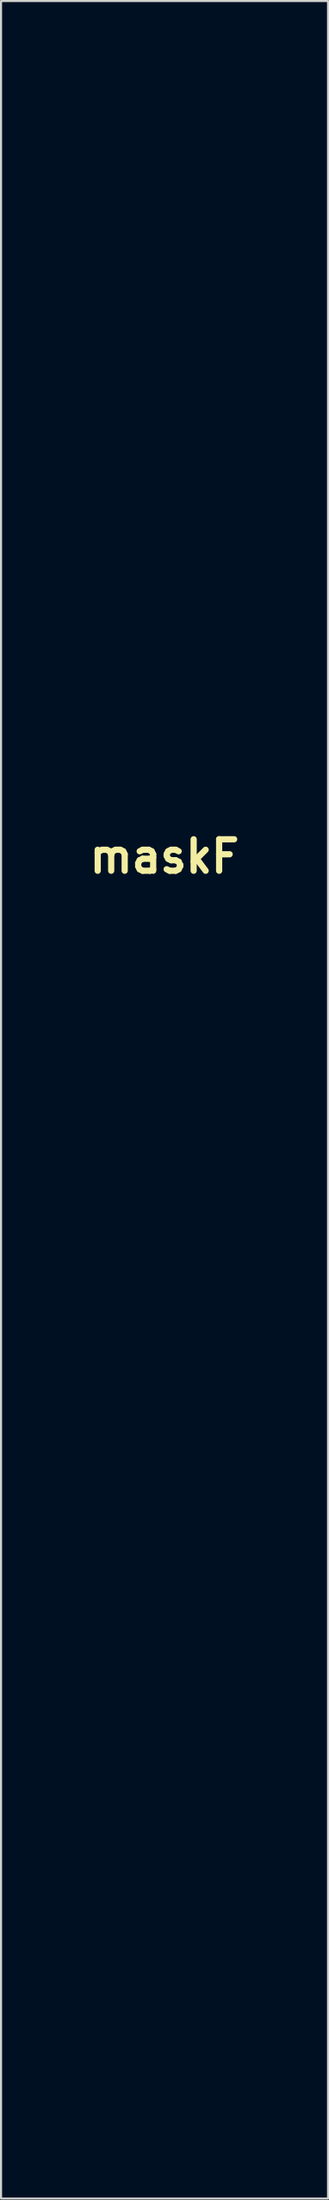
<source format=kicad_pcb>
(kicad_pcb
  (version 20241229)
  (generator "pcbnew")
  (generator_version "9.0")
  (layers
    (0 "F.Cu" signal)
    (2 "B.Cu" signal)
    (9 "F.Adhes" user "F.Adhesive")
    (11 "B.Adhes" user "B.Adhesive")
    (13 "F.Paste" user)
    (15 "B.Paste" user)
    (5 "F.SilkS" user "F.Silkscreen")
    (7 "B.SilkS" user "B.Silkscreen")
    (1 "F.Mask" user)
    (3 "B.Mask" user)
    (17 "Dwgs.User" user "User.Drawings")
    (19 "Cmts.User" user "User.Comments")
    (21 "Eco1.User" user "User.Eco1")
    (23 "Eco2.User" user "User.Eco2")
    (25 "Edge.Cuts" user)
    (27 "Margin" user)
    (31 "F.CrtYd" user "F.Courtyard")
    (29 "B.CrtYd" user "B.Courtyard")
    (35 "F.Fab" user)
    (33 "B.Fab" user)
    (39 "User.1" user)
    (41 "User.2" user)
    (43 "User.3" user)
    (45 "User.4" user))
  (footprint "maskF"
    (layer "F.Cu")
    (at 4.909 38.404)
    (property "Reference" "maskF" (at 0 0 0) (layer "F.SilkS") (effects (font (size 1.524 1.524) (thickness 0.3))))
    (attr through_hole)
    (fp_poly (pts (xy 2.427 58.991) (xy 2.452 58.998) (xy 2.457 59.001) (xy 2.484 59.019) (xy 2.505 59.042) (xy 2.52 59.068) (xy 2.528 59.097) (xy 2.53 59.126) (xy 2.524 59.155) (xy 2.512 59.182) (xy 2.492 59.207) (xy 2.478 59.218) (xy 2.462 59.229) (xy 2.454 59.233) (xy 2.433 59.24) (xy 2.41 59.243) (xy 2.388 59.244) (xy 2.373 59.242) (xy 2.346 59.231) (xy 2.321 59.214) (xy 2.3 59.192) (xy 2.284 59.167) (xy 2.279 59.153) (xy 2.274 59.121) (xy 2.277 59.09) (xy 2.287 59.061) (xy 2.304 59.035) (xy 2.327 59.012) (xy 2.349 58.999) (xy 2.372 58.992) (xy 2.399 58.989) (xy 2.427 58.991)) (stroke (width 0.01) (type solid)) (fill yes) (layer "F.Mask"))
    (fp_poly (pts (xy 2.956 58.991) (xy 2.981 58.998) (xy 2.987 59.001) (xy 3.014 59.019) (xy 3.035 59.042) (xy 3.049 59.068) (xy 3.057 59.097) (xy 3.059 59.126) (xy 3.053 59.155) (xy 3.041 59.182) (xy 3.021 59.207) (xy 3.007 59.218) (xy 2.991 59.229) (xy 2.983 59.233) (xy 2.962 59.24) (xy 2.939 59.243) (xy 2.917 59.244) (xy 2.902 59.242) (xy 2.874 59.23) (xy 2.849 59.213) (xy 2.828 59.19) (xy 2.813 59.164) (xy 2.809 59.154) (xy 2.803 59.123) (xy 2.806 59.092) (xy 2.815 59.063) (xy 2.831 59.037) (xy 2.854 59.014) (xy 2.878 58.999) (xy 2.901 58.992) (xy 2.928 58.989) (xy 2.956 58.991)) (stroke (width 0.01) (type solid)) (fill yes) (layer "F.Mask"))
    (fp_poly (pts (xy 0.905 -37.329) (xy 0.93 -37.329) (xy 0.95 -37.327) (xy 0.964 -37.325) (xy 0.975 -37.322) (xy 0.983 -37.317) (xy 0.991 -37.31) (xy 0.996 -37.306) (xy 1.004 -37.294) (xy 1.011 -37.283) (xy 1.011 -37.282) (xy 1.012 -37.277) (xy 1.013 -37.265) (xy 1.013 -37.246) (xy 1.014 -37.22) (xy 1.014 -37.187) (xy 1.015 -37.146) (xy 1.015 -37.099) (xy 1.015 -37.043) (xy 1.015 -36.98) (xy 1.016 -36.909) (xy 1.016 -36.83) (xy 1.016 -36.744) (xy 1.016 -36.649) (xy 1.016 -36.545) (xy 1.016 -36.512) (xy 1.016 -36.416) (xy 1.016 -36.328) (xy 1.016 -36.248) (xy 1.016 -36.175) (xy 1.016 -36.11) (xy 1.016 -36.051) (xy 1.015 -35.998) (xy 1.015 -35.952) (xy 1.015 -35.911) (xy 1.015 -35.875) (xy 1.014 -35.845) (xy 1.014 -35.819) (xy 1.014 -35.798) (xy 1.013 -35.78) (xy 1.013 -35.767) (xy 1.012 -35.756) (xy 1.012 -35.749) (xy 1.011 -35.744) (xy 1.01 -35.741) (xy 1 -35.724) (xy 0.984 -35.709) (xy 0.968 -35.7) (xy 0.959 -35.698) (xy 0.942 -35.697) (xy 0.921 -35.696) (xy 0.897 -35.695) (xy 0.872 -35.695) (xy 0.846 -35.696) (xy 0.823 -35.697) (xy 0.803 -35.698) (xy 0.788 -35.7) (xy 0.781 -35.702) (xy 0.765 -35.711) (xy 0.754 -35.722) (xy 0.746 -35.734) (xy 0.737 -35.748) (xy 0.737 -36.355) (xy 0.737 -36.426) (xy 0.737 -36.494) (xy 0.736 -36.56) (xy 0.736 -36.623) (xy 0.736 -36.681) (xy 0.736 -36.736) (xy 0.736 -36.785) (xy 0.736 -36.83) (xy 0.736 -36.869) (xy 0.735 -36.901) (xy 0.735 -36.927) (xy 0.735 -36.946) (xy 0.735 -36.958) (xy 0.735 -36.961) (xy 0.731 -36.959) (xy 0.721 -36.952) (xy 0.708 -36.942) (xy 0.691 -36.93) (xy 0.685 -36.924) (xy 0.661 -36.907) (xy 0.643 -36.893) (xy 0.629 -36.884) (xy 0.618 -36.878) (xy 0.609 -36.874) (xy 0.6 -36.873) (xy 0.591 -36.873) (xy 0.584 -36.873) (xy 0.559 -36.879) (xy 0.539 -36.891) (xy 0.524 -36.91) (xy 0.52 -36.918) (xy 0.517 -36.925) (xy 0.515 -36.932) (xy 0.514 -36.941) (xy 0.513 -36.954) (xy 0.513 -36.971) (xy 0.513 -36.993) (xy 0.513 -37.023) (xy 0.513 -37.024) (xy 0.514 -37.054) (xy 0.514 -37.077) (xy 0.515 -37.093) (xy 0.516 -37.105) (xy 0.518 -37.114) (xy 0.52 -37.12) (xy 0.523 -37.126) (xy 0.528 -37.131) (xy 0.539 -37.141) (xy 0.555 -37.155) (xy 0.575 -37.171) (xy 0.598 -37.19) (xy 0.623 -37.209) (xy 0.648 -37.23) (xy 0.674 -37.25) (xy 0.699 -37.269) (xy 0.722 -37.286) (xy 0.742 -37.301) (xy 0.759 -37.312) (xy 0.771 -37.32) (xy 0.774 -37.322) (xy 0.781 -37.325) (xy 0.789 -37.327) (xy 0.801 -37.328) (xy 0.816 -37.329) (xy 0.838 -37.329) (xy 0.866 -37.329) (xy 0.873 -37.329) (xy 0.905 -37.329)) (stroke (width 0.01) (type solid)) (fill yes) (layer "F.Mask"))
    (fp_poly (pts (xy -0.769 -37.316) (xy -0.716 -37.316) (xy -0.656 -37.316) (xy -0.653 -37.316) (xy -0.595 -37.316) (xy -0.544 -37.315) (xy -0.5 -37.315) (xy -0.464 -37.315) (xy -0.433 -37.315) (xy -0.408 -37.314) (xy -0.388 -37.314) (xy -0.372 -37.313) (xy -0.359 -37.313) (xy -0.35 -37.312) (xy -0.344 -37.311) (xy -0.339 -37.31) (xy -0.336 -37.309) (xy -0.333 -37.307) (xy -0.332 -37.306) (xy -0.319 -37.295) (xy -0.31 -37.283) (xy -0.305 -37.269) (xy -0.302 -37.25) (xy -0.301 -37.236) (xy -0.302 -37.207) (xy -0.306 -37.185) (xy -0.314 -37.169) (xy -0.328 -37.157) (xy -0.336 -37.152) (xy -0.34 -37.15) (xy -0.344 -37.149) (xy -0.35 -37.147) (xy -0.357 -37.146) (xy -0.366 -37.145) (xy -0.379 -37.145) (xy -0.395 -37.144) (xy -0.416 -37.144) (xy -0.442 -37.144) (xy -0.473 -37.143) (xy -0.512 -37.143) (xy -0.557 -37.143) (xy -0.596 -37.143) (xy -0.838 -37.143) (xy -0.838 -36.623) (xy -0.624 -36.623) (xy -0.574 -36.623) (xy -0.531 -36.622) (xy -0.495 -36.622) (xy -0.466 -36.622) (xy -0.442 -36.621) (xy -0.424 -36.62) (xy -0.409 -36.618) (xy -0.398 -36.616) (xy -0.39 -36.614) (xy -0.384 -36.61) (xy -0.38 -36.606) (xy -0.376 -36.601) (xy -0.372 -36.595) (xy -0.372 -36.594) (xy -0.367 -36.585) (xy -0.364 -36.575) (xy -0.362 -36.563) (xy -0.362 -36.545) (xy -0.362 -36.538) (xy -0.363 -36.512) (xy -0.367 -36.492) (xy -0.374 -36.477) (xy -0.385 -36.466) (xy -0.394 -36.46) (xy -0.397 -36.458) (xy -0.401 -36.456) (xy -0.407 -36.455) (xy -0.414 -36.454) (xy -0.424 -36.453) (xy -0.437 -36.452) (xy -0.454 -36.452) (xy -0.477 -36.451) (xy -0.505 -36.451) (xy -0.539 -36.45) (xy -0.58 -36.45) (xy -0.623 -36.45) (xy -0.838 -36.449) (xy -0.838 -36.103) (xy -0.838 -36.04) (xy -0.838 -35.986) (xy -0.838 -35.939) (xy -0.838 -35.899) (xy -0.839 -35.865) (xy -0.839 -35.836) (xy -0.839 -35.813) (xy -0.84 -35.794) (xy -0.84 -35.779) (xy -0.841 -35.768) (xy -0.842 -35.759) (xy -0.842 -35.753) (xy -0.844 -35.748) (xy -0.845 -35.745) (xy -0.846 -35.742) (xy -0.856 -35.728) (xy -0.869 -35.718) (xy -0.887 -35.713) (xy -0.912 -35.71) (xy -0.918 -35.709) (xy -0.945 -35.71) (xy -0.965 -35.712) (xy -0.971 -35.714) (xy -0.986 -35.721) (xy -0.996 -35.728) (xy -1.003 -35.74) (xy -1.005 -35.744) (xy -1.006 -35.746) (xy -1.007 -35.75) (xy -1.007 -35.755) (xy -1.008 -35.762) (xy -1.009 -35.772) (xy -1.009 -35.784) (xy -1.01 -35.799) (xy -1.01 -35.818) (xy -1.01 -35.84) (xy -1.011 -35.867) (xy -1.011 -35.898) (xy -1.011 -35.934) (xy -1.011 -35.975) (xy -1.011 -36.022) (xy -1.012 -36.075) (xy -1.012 -36.134) (xy -1.012 -36.2) (xy -1.012 -36.273) (xy -1.012 -36.353) (xy -1.012 -36.441) (xy -1.012 -36.516) (xy -1.012 -37.273) (xy -1.002 -37.288) (xy -0.999 -37.293) (xy -0.995 -37.298) (xy -0.992 -37.302) (xy -0.988 -37.305) (xy -0.982 -37.308) (xy -0.974 -37.31) (xy -0.964 -37.312) (xy -0.95 -37.314) (xy -0.933 -37.315) (xy -0.911 -37.316) (xy -0.884 -37.316) (xy -0.852 -37.316) (xy -0.814 -37.316) (xy -0.769 -37.316)) (stroke (width 0.01) (type solid)) (fill yes) (layer "F.Mask"))
    (fp_poly (pts (xy -0.446 59.47) (xy -0.425 59.471) (xy -0.409 59.473) (xy -0.398 59.477) (xy -0.389 59.482) (xy -0.383 59.49) (xy -0.379 59.495) (xy -0.379 59.497) (xy -0.378 59.5) (xy -0.378 59.504) (xy -0.377 59.509) (xy -0.376 59.517) (xy -0.376 59.526) (xy -0.376 59.538) (xy -0.375 59.553) (xy -0.375 59.571) (xy -0.374 59.593) (xy -0.374 59.618) (xy -0.374 59.646) (xy -0.374 59.68) (xy -0.373 59.717) (xy -0.373 59.76) (xy -0.373 59.807) (xy -0.373 59.86) (xy -0.373 59.919) (xy -0.373 59.983) (xy -0.373 60.054) (xy -0.373 60.131) (xy -0.373 60.215) (xy -0.373 60.307) (xy -0.373 60.405) (xy -0.373 60.512) (xy -0.373 60.626) (xy -0.373 60.698) (xy -0.373 60.817) (xy -0.373 60.928) (xy -0.373 61.03) (xy -0.373 61.126) (xy -0.373 61.213) (xy -0.373 61.294) (xy -0.373 61.369) (xy -0.373 61.436) (xy -0.373 61.498) (xy -0.373 61.554) (xy -0.373 61.604) (xy -0.373 61.649) (xy -0.373 61.69) (xy -0.374 61.725) (xy -0.374 61.756) (xy -0.374 61.784) (xy -0.374 61.807) (xy -0.375 61.827) (xy -0.375 61.844) (xy -0.375 61.858) (xy -0.376 61.869) (xy -0.376 61.878) (xy -0.377 61.885) (xy -0.377 61.891) (xy -0.378 61.895) (xy -0.379 61.898) (xy -0.379 61.9) (xy -0.38 61.902) (xy -0.381 61.903) (xy -0.388 61.913) (xy -0.398 61.92) (xy -0.41 61.925) (xy -0.428 61.928) (xy -0.451 61.929) (xy -0.474 61.929) (xy -0.503 61.929) (xy -0.524 61.927) (xy -0.54 61.924) (xy -0.552 61.919) (xy -0.561 61.912) (xy -0.567 61.906) (xy -0.576 61.894) (xy -0.576 60.786) (xy -1.211 60.786) (xy -1.211 61.335) (xy -1.211 61.416) (xy -1.211 61.489) (xy -1.211 61.554) (xy -1.211 61.612) (xy -1.211 61.663) (xy -1.211 61.708) (xy -1.211 61.747) (xy -1.212 61.781) (xy -1.212 61.81) (xy -1.213 61.834) (xy -1.214 61.853) (xy -1.215 61.87) (xy -1.216 61.883) (xy -1.217 61.893) (xy -1.219 61.9) (xy -1.221 61.906) (xy -1.223 61.91) (xy -1.225 61.913) (xy -1.228 61.915) (xy -1.231 61.917) (xy -1.235 61.919) (xy -1.235 61.92) (xy -1.241 61.923) (xy -1.249 61.925) (xy -1.26 61.926) (xy -1.277 61.927) (xy -1.299 61.928) (xy -1.308 61.928) (xy -1.331 61.928) (xy -1.351 61.928) (xy -1.367 61.928) (xy -1.377 61.927) (xy -1.379 61.927) (xy -1.391 61.921) (xy -1.403 61.91) (xy -1.412 61.896) (xy -1.415 61.887) (xy -1.416 61.882) (xy -1.416 61.868) (xy -1.416 61.847) (xy -1.416 61.818) (xy -1.417 61.782) (xy -1.417 61.74) (xy -1.417 61.691) (xy -1.417 61.636) (xy -1.417 61.576) (xy -1.417 61.51) (xy -1.417 61.438) (xy -1.418 61.363) (xy -1.418 61.283) (xy -1.418 61.199) (xy -1.418 61.111) (xy -1.418 61.02) (xy -1.418 60.926) (xy -1.418 60.83) (xy -1.418 60.731) (xy -1.418 60.696) (xy -1.418 60.571) (xy -1.418 60.455) (xy -1.418 60.346) (xy -1.418 60.246) (xy -1.418 60.153) (xy -1.417 60.067) (xy -1.417 59.988) (xy -1.417 59.917) (xy -1.417 59.851) (xy -1.417 59.793) (xy -1.417 59.74) (xy -1.416 59.693) (xy -1.416 59.653) (xy -1.416 59.617) (xy -1.415 59.587) (xy -1.415 59.562) (xy -1.415 59.542) (xy -1.414 59.526) (xy -1.414 59.514) (xy -1.413 59.507) (xy -1.413 59.504) (xy -1.405 59.491) (xy -1.393 59.479) (xy -1.393 59.479) (xy -1.387 59.476) (xy -1.381 59.473) (xy -1.374 59.471) (xy -1.363 59.47) (xy -1.348 59.47) (xy -1.328 59.47) (xy -1.31 59.471) (xy -1.284 59.471) (xy -1.265 59.472) (xy -1.252 59.473) (xy -1.243 59.475) (xy -1.237 59.477) (xy -1.232 59.48) (xy -1.232 59.48) (xy -1.229 59.483) (xy -1.226 59.486) (xy -1.224 59.488) (xy -1.221 59.492) (xy -1.22 59.496) (xy -1.218 59.502) (xy -1.216 59.511) (xy -1.215 59.521) (xy -1.214 59.535) (xy -1.213 59.552) (xy -1.213 59.573) (xy -1.212 59.598) (xy -1.212 59.627) (xy -1.211 59.662) (xy -1.211 59.702) (xy -1.211 59.749) (xy -1.211 59.801) (xy -1.211 59.861) (xy -1.211 59.928) (xy -1.211 60.002) (xy -1.211 60.056) (xy -1.211 60.596) (xy -0.576 60.596) (xy -0.576 60.051) (xy -0.576 59.969) (xy -0.575 59.895) (xy -0.575 59.829) (xy -0.575 59.77) (xy -0.575 59.718) (xy -0.575 59.672) (xy -0.575 59.633) (xy -0.574 59.599) (xy -0.574 59.571) (xy -0.573 59.549) (xy -0.573 59.53) (xy -0.572 59.516) (xy -0.572 59.506) (xy -0.571 59.5) (xy -0.57 59.496) (xy -0.57 59.496) (xy -0.563 59.487) (xy -0.552 59.478) (xy -0.552 59.478) (xy -0.546 59.475) (xy -0.539 59.473) (xy -0.53 59.471) (xy -0.516 59.47) (xy -0.496 59.47) (xy -0.475 59.47) (xy -0.446 59.47)) (stroke (width 0.01) (type solid)) (fill yes) (layer "F.Mask"))
    (fp_poly (pts (xy 2.702 59.47) (xy 2.729 59.47) (xy 2.75 59.471) (xy 2.765 59.472) (xy 2.776 59.475) (xy 2.785 59.478) (xy 2.791 59.482) (xy 2.796 59.487) (xy 2.799 59.492) (xy 2.801 59.495) (xy 2.803 59.502) (xy 2.806 59.514) (xy 2.81 59.53) (xy 2.814 59.551) (xy 2.82 59.577) (xy 2.827 59.608) (xy 2.835 59.645) (xy 2.844 59.687) (xy 2.854 59.735) (xy 2.866 59.789) (xy 2.879 59.849) (xy 2.893 59.916) (xy 2.908 59.989) (xy 2.925 60.069) (xy 2.943 60.157) (xy 2.963 60.251) (xy 2.984 60.353) (xy 3.007 60.463) (xy 3.031 60.581) (xy 3.053 60.685) (xy 3.073 60.784) (xy 3.093 60.88) (xy 3.113 60.974) (xy 3.131 61.066) (xy 3.15 61.154) (xy 3.167 61.239) (xy 3.184 61.32) (xy 3.2 61.397) (xy 3.215 61.469) (xy 3.228 61.537) (xy 3.241 61.6) (xy 3.253 61.657) (xy 3.264 61.709) (xy 3.273 61.754) (xy 3.281 61.793) (xy 3.287 61.826) (xy 3.292 61.851) (xy 3.296 61.869) (xy 3.297 61.879) (xy 3.298 61.881) (xy 3.294 61.897) (xy 3.284 61.911) (xy 3.269 61.922) (xy 3.26 61.925) (xy 3.25 61.927) (xy 3.234 61.928) (xy 3.213 61.929) (xy 3.192 61.929) (xy 3.164 61.929) (xy 3.143 61.927) (xy 3.127 61.923) (xy 3.115 61.917) (xy 3.106 61.908) (xy 3.102 61.904) (xy 3.1 61.898) (xy 3.096 61.884) (xy 3.09 61.862) (xy 3.084 61.833) (xy 3.075 61.795) (xy 3.065 61.75) (xy 3.054 61.697) (xy 3.041 61.635) (xy 3.032 61.594) (xy 2.97 61.294) (xy 2.362 61.294) (xy 2.36 61.304) (xy 2.359 61.31) (xy 2.356 61.323) (xy 2.352 61.343) (xy 2.347 61.369) (xy 2.34 61.401) (xy 2.333 61.438) (xy 2.324 61.478) (xy 2.315 61.522) (xy 2.306 61.569) (xy 2.301 61.595) (xy 2.291 61.643) (xy 2.281 61.689) (xy 2.272 61.732) (xy 2.264 61.772) (xy 2.257 61.807) (xy 2.25 61.838) (xy 2.245 61.862) (xy 2.24 61.881) (xy 2.238 61.892) (xy 2.237 61.894) (xy 2.232 61.906) (xy 2.226 61.915) (xy 2.217 61.921) (xy 2.205 61.924) (xy 2.188 61.927) (xy 2.164 61.928) (xy 2.146 61.928) (xy 2.123 61.928) (xy 2.102 61.928) (xy 2.085 61.927) (xy 2.074 61.926) (xy 2.072 61.925) (xy 2.055 61.916) (xy 2.043 61.901) (xy 2.038 61.884) (xy 2.038 61.879) (xy 2.041 61.865) (xy 2.045 61.844) (xy 2.05 61.816) (xy 2.057 61.781) (xy 2.065 61.74) (xy 2.074 61.693) (xy 2.085 61.64) (xy 2.096 61.583) (xy 2.109 61.521) (xy 2.123 61.455) (xy 2.137 61.384) (xy 2.152 61.311) (xy 2.168 61.234) (xy 2.184 61.155) (xy 2.196 61.098) (xy 2.402 61.098) (xy 2.403 61.099) (xy 2.406 61.1) (xy 2.411 61.101) (xy 2.42 61.102) (xy 2.432 61.103) (xy 2.448 61.103) (xy 2.469 61.103) (xy 2.495 61.104) (xy 2.528 61.104) (xy 2.567 61.104) (xy 2.613 61.104) (xy 2.667 61.104) (xy 2.723 61.104) (xy 2.772 61.104) (xy 2.812 61.104) (xy 2.846 61.103) (xy 2.874 61.103) (xy 2.895 61.103) (xy 2.911 61.102) (xy 2.922 61.101) (xy 2.929 61.1) (xy 2.933 61.099) (xy 2.933 61.099) (xy 2.932 61.094) (xy 2.929 61.081) (xy 2.925 61.062) (xy 2.919 61.035) (xy 2.912 61.001) (xy 2.904 60.962) (xy 2.895 60.917) (xy 2.885 60.867) (xy 2.873 60.812) (xy 2.861 60.753) (xy 2.848 60.691) (xy 2.835 60.624) (xy 2.821 60.556) (xy 2.806 60.484) (xy 2.8 60.455) (xy 2.784 60.374) (xy 2.768 60.298) (xy 2.753 60.226) (xy 2.739 60.159) (xy 2.726 60.097) (xy 2.714 60.04) (xy 2.703 59.99) (xy 2.694 59.945) (xy 2.686 59.907) (xy 2.679 59.876) (xy 2.673 59.852) (xy 2.669 59.835) (xy 2.667 59.826) (xy 2.666 59.824) (xy 2.665 59.829) (xy 2.662 59.842) (xy 2.658 59.862) (xy 2.652 59.889) (xy 2.645 59.923) (xy 2.637 59.962) (xy 2.627 60.007) (xy 2.617 60.058) (xy 2.606 60.112) (xy 2.593 60.171) (xy 2.58 60.234) (xy 2.567 60.3) (xy 2.553 60.369) (xy 2.538 60.44) (xy 2.534 60.46) (xy 2.519 60.532) (xy 2.505 60.602) (xy 2.491 60.668) (xy 2.478 60.732) (xy 2.465 60.792) (xy 2.454 60.848) (xy 2.443 60.9) (xy 2.433 60.946) (xy 2.425 60.987) (xy 2.418 61.023) (xy 2.412 61.052) (xy 2.407 61.074) (xy 2.404 61.089) (xy 2.402 61.096) (xy 2.402 61.097) (xy 2.402 61.098) (xy 2.196 61.098) (xy 2.201 61.074) (xy 2.218 60.99) (xy 2.235 60.906) (xy 2.253 60.82) (xy 2.271 60.734) (xy 2.289 60.647) (xy 2.307 60.561) (xy 2.325 60.475) (xy 2.342 60.39) (xy 2.36 60.307) (xy 2.377 60.225) (xy 2.394 60.146) (xy 2.41 60.069) (xy 2.425 59.995) (xy 2.44 59.925) (xy 2.454 59.858) (xy 2.468 59.796) (xy 2.48 59.738) (xy 2.491 59.686) (xy 2.501 59.639) (xy 2.51 59.597) (xy 2.518 59.562) (xy 2.525 59.533) (xy 2.53 59.512) (xy 2.533 59.498) (xy 2.535 59.491) (xy 2.535 59.491) (xy 2.54 59.485) (xy 2.545 59.48) (xy 2.552 59.476) (xy 2.562 59.474) (xy 2.575 59.472) (xy 2.592 59.471) (xy 2.616 59.47) (xy 2.646 59.47) (xy 2.667 59.47) (xy 2.702 59.47)) (stroke (width 0.01) (type solid)) (fill yes) (layer "F.Mask"))
    (fp_poly (pts (xy -2.577 59.456) (xy -2.511 59.468) (xy -2.451 59.487) (xy -2.396 59.512) (xy -2.346 59.543) (xy -2.301 59.581) (xy -2.296 59.586) (xy -2.27 59.615) (xy -2.247 59.646) (xy -2.226 59.68) (xy -2.21 59.713) (xy -2.191 59.756) (xy -2.176 59.799) (xy -2.163 59.846) (xy -2.153 59.896) (xy -2.145 59.951) (xy -2.14 60.011) (xy -2.136 60.079) (xy -2.135 60.097) (xy -2.134 60.133) (xy -2.134 60.162) (xy -2.136 60.185) (xy -2.14 60.201) (xy -2.147 60.213) (xy -2.158 60.221) (xy -2.174 60.225) (xy -2.195 60.227) (xy -2.222 60.228) (xy -2.24 60.228) (xy -2.308 60.228) (xy -2.322 60.214) (xy -2.336 60.2) (xy -2.338 60.122) (xy -2.341 60.06) (xy -2.345 60.007) (xy -2.35 59.959) (xy -2.356 59.918) (xy -2.363 59.881) (xy -2.372 59.849) (xy -2.382 59.819) (xy -2.393 59.794) (xy -2.412 59.76) (xy -2.434 59.732) (xy -2.46 59.707) (xy -2.476 59.694) (xy -2.503 59.676) (xy -2.533 59.662) (xy -2.567 59.652) (xy -2.606 59.646) (xy -2.651 59.643) (xy -2.675 59.642) (xy -2.717 59.643) (xy -2.752 59.647) (xy -2.783 59.653) (xy -2.812 59.661) (xy -2.839 59.673) (xy -2.874 59.695) (xy -2.906 59.723) (xy -2.933 59.757) (xy -2.955 59.799) (xy -2.974 59.848) (xy -2.988 59.904) (xy -2.994 59.936) (xy -2.997 59.95) (xy -2.999 59.964) (xy -3.001 59.979) (xy -3.002 59.994) (xy -3.004 60.011) (xy -3.005 60.029) (xy -3.007 60.05) (xy -3.008 60.073) (xy -3.009 60.098) (xy -3.009 60.128) (xy -3.01 60.161) (xy -3.01 60.199) (xy -3.011 60.241) (xy -3.011 60.289) (xy -3.012 60.342) (xy -3.012 60.402) (xy -3.012 60.468) (xy -3.012 60.542) (xy -3.012 60.622) (xy -3.012 60.711) (xy -3.012 60.719) (xy -3.012 60.806) (xy -3.012 60.885) (xy -3.012 60.956) (xy -3.012 61.021) (xy -3.012 61.078) (xy -3.011 61.13) (xy -3.011 61.176) (xy -3.011 61.216) (xy -3.01 61.252) (xy -3.01 61.284) (xy -3.009 61.312) (xy -3.008 61.336) (xy -3.007 61.357) (xy -3.006 61.376) (xy -3.005 61.393) (xy -3.004 61.408) (xy -3.002 61.422) (xy -3 61.436) (xy -2.998 61.449) (xy -2.996 61.463) (xy -2.995 61.472) (xy -2.982 61.53) (xy -2.966 61.58) (xy -2.946 61.624) (xy -2.922 61.661) (xy -2.893 61.691) (xy -2.859 61.716) (xy -2.82 61.735) (xy -2.786 61.746) (xy -2.773 61.749) (xy -2.759 61.751) (xy -2.741 61.753) (xy -2.718 61.753) (xy -2.69 61.754) (xy -2.678 61.754) (xy -2.648 61.754) (xy -2.626 61.753) (xy -2.608 61.752) (xy -2.594 61.751) (xy -2.582 61.749) (xy -2.569 61.746) (xy -2.563 61.744) (xy -2.517 61.727) (xy -2.478 61.704) (xy -2.443 61.675) (xy -2.415 61.64) (xy -2.392 61.598) (xy -2.392 61.598) (xy -2.38 61.57) (xy -2.371 61.54) (xy -2.362 61.507) (xy -2.356 61.471) (xy -2.35 61.43) (xy -2.345 61.383) (xy -2.342 61.33) (xy -2.339 61.27) (xy -2.337 61.244) (xy -2.336 61.225) (xy -2.335 61.211) (xy -2.333 61.202) (xy -2.33 61.195) (xy -2.327 61.19) (xy -2.327 61.19) (xy -2.319 61.182) (xy -2.309 61.175) (xy -2.295 61.171) (xy -2.277 61.169) (xy -2.253 61.168) (xy -2.235 61.167) (xy -2.203 61.168) (xy -2.179 61.171) (xy -2.161 61.176) (xy -2.148 61.184) (xy -2.14 61.197) (xy -2.136 61.215) (xy -2.134 61.239) (xy -2.134 61.254) (xy -2.135 61.326) (xy -2.139 61.394) (xy -2.146 61.458) (xy -2.155 61.516) (xy -2.166 61.567) (xy -2.176 61.599) (xy -2.195 61.652) (xy -2.215 61.698) (xy -2.238 61.738) (xy -2.263 61.773) (xy -2.292 61.806) (xy -2.304 61.818) (xy -2.35 61.857) (xy -2.398 61.888) (xy -2.45 61.913) (xy -2.507 61.931) (xy -2.55 61.94) (xy -2.568 61.942) (xy -2.592 61.944) (xy -2.62 61.946) (xy -2.649 61.948) (xy -2.678 61.949) (xy -2.704 61.949) (xy -2.724 61.949) (xy -2.733 61.948) (xy -2.785 61.942) (xy -2.828 61.935) (xy -2.861 61.927) (xy -2.892 61.916) (xy -2.925 61.902) (xy -2.959 61.884) (xy -2.989 61.867) (xy -2.999 61.86) (xy -3.018 61.844) (xy -3.04 61.824) (xy -3.063 61.802) (xy -3.084 61.778) (xy -3.101 61.757) (xy -3.109 61.746) (xy -3.134 61.701) (xy -3.157 61.648) (xy -3.176 61.588) (xy -3.191 61.522) (xy -3.203 61.449) (xy -3.209 61.388) (xy -3.21 61.374) (xy -3.211 61.352) (xy -3.211 61.324) (xy -3.212 61.288) (xy -3.213 61.247) (xy -3.213 61.201) (xy -3.214 61.15) (xy -3.214 61.094) (xy -3.215 61.036) (xy -3.215 60.974) (xy -3.216 60.911) (xy -3.216 60.846) (xy -3.216 60.78) (xy -3.216 60.714) (xy -3.216 60.648) (xy -3.217 60.583) (xy -3.217 60.52) (xy -3.216 60.459) (xy -3.216 60.402) (xy -3.216 60.347) (xy -3.216 60.297) (xy -3.215 60.252) (xy -3.215 60.212) (xy -3.214 60.179) (xy -3.214 60.152) (xy -3.214 60.147) (xy -3.212 60.091) (xy -3.209 60.042) (xy -3.207 59.999) (xy -3.203 59.962) (xy -3.199 59.928) (xy -3.195 59.897) (xy -3.189 59.868) (xy -3.182 59.839) (xy -3.181 59.835) (xy -3.163 59.771) (xy -3.141 59.715) (xy -3.115 59.666) (xy -3.086 59.622) (xy -3.052 59.584) (xy -3.013 59.551) (xy -3 59.542) (xy -2.95 59.51) (xy -2.898 59.486) (xy -2.842 59.468) (xy -2.781 59.456) (xy -2.716 59.45) (xy -2.648 59.45) (xy -2.577 59.456)) (stroke (width 0.01) (type solid)) (fill yes) (layer "F.Mask"))
    (fp_poly (pts (xy 0.12 -38.395) (xy 0.247 -38.383) (xy 0.318 -38.373) (xy 0.438 -38.348) (xy 0.557 -38.316) (xy 0.674 -38.275) (xy 0.789 -38.227) (xy 0.901 -38.171) (xy 1.009 -38.107) (xy 1.114 -38.036) (xy 1.19 -37.979) (xy 1.216 -37.957) (xy 1.246 -37.93) (xy 1.279 -37.899) (xy 1.313 -37.866) (xy 1.348 -37.832) (xy 1.381 -37.797) (xy 1.413 -37.764) (xy 1.44 -37.734) (xy 1.462 -37.708) (xy 1.463 -37.706) (xy 1.541 -37.603) (xy 1.611 -37.498) (xy 1.673 -37.389) (xy 1.727 -37.277) (xy 1.773 -37.162) (xy 1.812 -37.044) (xy 1.844 -36.922) (xy 1.867 -36.796) (xy 1.878 -36.717) (xy 1.881 -36.695) (xy 1.882 -36.672) (xy 1.884 -36.646) (xy 1.885 -36.616) (xy 1.885 -36.582) (xy 1.886 -36.541) (xy 1.886 -36.513) (xy 1.886 -36.467) (xy 1.885 -36.429) (xy 1.884 -36.396) (xy 1.883 -36.369) (xy 1.882 -36.344) (xy 1.88 -36.322) (xy 1.878 -36.308) (xy 1.859 -36.18) (xy 1.832 -36.055) (xy 1.798 -35.935) (xy 1.757 -35.818) (xy 1.707 -35.704) (xy 1.65 -35.594) (xy 1.585 -35.487) (xy 1.512 -35.382) (xy 1.463 -35.319) (xy 1.441 -35.293) (xy 1.414 -35.263) (xy 1.384 -35.23) (xy 1.35 -35.196) (xy 1.316 -35.161) (xy 1.281 -35.128) (xy 1.248 -35.097) (xy 1.217 -35.07) (xy 1.191 -35.047) (xy 1.19 -35.046) (xy 1.111 -34.986) (xy 1.033 -34.932) (xy 0.953 -34.884) (xy 0.87 -34.838) (xy 0.847 -34.826) (xy 0.732 -34.773) (xy 0.614 -34.728) (xy 0.494 -34.691) (xy 0.372 -34.663) (xy 0.247 -34.642) (xy 0.19 -34.635) (xy 0.155 -34.632) (xy 0.114 -34.63) (xy 0.07 -34.628) (xy 0.024 -34.627) (xy -0.021 -34.626) (xy -0.062 -34.627) (xy -0.099 -34.628) (xy -0.113 -34.629) (xy -0.239 -34.641) (xy -0.363 -34.662) (xy -0.485 -34.69) (xy -0.605 -34.727) (xy -0.721 -34.771) (xy -0.835 -34.822) (xy -0.944 -34.881) (xy -1.05 -34.946) (xy -1.151 -35.019) (xy -1.24 -35.093) (xy -1.333 -35.18) (xy -1.419 -35.272) (xy -1.499 -35.369) (xy -1.571 -35.471) (xy -1.636 -35.577) (xy -1.694 -35.687) (xy -1.745 -35.801) (xy -1.788 -35.919) (xy -1.824 -36.04) (xy -1.852 -36.165) (xy -1.872 -36.293) (xy -1.874 -36.308) (xy -1.877 -36.339) (xy -1.879 -36.376) (xy -1.881 -36.418) (xy -1.882 -36.463) (xy -1.882 -36.51) (xy -1.882 -36.513) (xy -1.632 -36.513) (xy -1.631 -36.46) (xy -1.63 -36.414) (xy -1.628 -36.373) (xy -1.624 -36.332) (xy -1.619 -36.292) (xy -1.612 -36.249) (xy -1.606 -36.216) (xy -1.581 -36.102) (xy -1.548 -35.992) (xy -1.508 -35.885) (xy -1.461 -35.781) (xy -1.407 -35.682) (xy -1.346 -35.587) (xy -1.28 -35.497) (xy -1.207 -35.412) (xy -1.129 -35.332) (xy -1.046 -35.257) (xy -0.957 -35.188) (xy -0.864 -35.125) (xy -0.766 -35.069) (xy -0.665 -35.019) (xy -0.559 -34.977) (xy -0.45 -34.941) (xy -0.338 -34.913) (xy -0.243 -34.895) (xy -0.211 -34.891) (xy -0.182 -34.887) (xy -0.156 -34.884) (xy -0.129 -34.882) (xy -0.1 -34.881) (xy -0.069 -34.88) (xy -0.032 -34.88) (xy 0.011 -34.88) (xy 0.021 -34.88) (xy 0.07 -34.881) (xy 0.111 -34.882) (xy 0.146 -34.884) (xy 0.175 -34.886) (xy 0.2 -34.888) (xy 0.203 -34.889) (xy 0.322 -34.909) (xy 0.437 -34.937) (xy 0.549 -34.972) (xy 0.657 -35.015) (xy 0.762 -35.064) (xy 0.862 -35.121) (xy 0.957 -35.185) (xy 1.048 -35.255) (xy 1.134 -35.332) (xy 1.214 -35.415) (xy 1.289 -35.504) (xy 1.358 -35.598) (xy 1.401 -35.666) (xy 1.458 -35.767) (xy 1.507 -35.871) (xy 1.548 -35.977) (xy 1.581 -36.086) (xy 1.607 -36.196) (xy 1.624 -36.306) (xy 1.635 -36.418) (xy 1.637 -36.53) (xy 1.632 -36.642) (xy 1.619 -36.753) (xy 1.599 -36.863) (xy 1.571 -36.972) (xy 1.536 -37.079) (xy 1.493 -37.184) (xy 1.442 -37.287) (xy 1.385 -37.386) (xy 1.319 -37.482) (xy 1.274 -37.542) (xy 1.199 -37.628) (xy 1.118 -37.709) (xy 1.031 -37.784) (xy 0.939 -37.853) (xy 0.843 -37.915) (xy 0.742 -37.97) (xy 0.638 -38.019) (xy 0.53 -38.06) (xy 0.42 -38.093) (xy 0.328 -38.115) (xy 0.288 -38.123) (xy 0.253 -38.129) (xy 0.221 -38.134) (xy 0.19 -38.138) (xy 0.16 -38.141) (xy 0.127 -38.143) (xy 0.091 -38.144) (xy 0.05 -38.144) (xy 0.002 -38.144) (xy -0.046 -38.144) (xy -0.087 -38.144) (xy -0.123 -38.142) (xy -0.155 -38.141) (xy -0.185 -38.138) (xy -0.215 -38.134) (xy -0.246 -38.13) (xy -0.28 -38.124) (xy -0.296 -38.121) (xy -0.411 -38.095) (xy -0.524 -38.061) (xy -0.632 -38.019) (xy -0.738 -37.971) (xy -0.839 -37.914) (xy -0.936 -37.852) (xy -1.029 -37.782) (xy -1.116 -37.706) (xy -1.198 -37.623) (xy -1.275 -37.535) (xy -1.329 -37.463) (xy -1.392 -37.369) (xy -1.448 -37.269) (xy -1.497 -37.166) (xy -1.539 -37.058) (xy -1.574 -36.949) (xy -1.601 -36.837) (xy -1.606 -36.809) (xy -1.614 -36.763) (xy -1.62 -36.72) (xy -1.625 -36.68) (xy -1.628 -36.64) (xy -1.63 -36.597) (xy -1.631 -36.549) (xy -1.632 -36.513) (xy -1.882 -36.513) (xy -1.882 -36.558) (xy -1.881 -36.603) (xy -1.879 -36.646) (xy -1.877 -36.683) (xy -1.874 -36.714) (xy -1.874 -36.717) (xy -1.855 -36.845) (xy -1.828 -36.97) (xy -1.793 -37.092) (xy -1.751 -37.21) (xy -1.701 -37.324) (xy -1.644 -37.435) (xy -1.58 -37.541) (xy -1.509 -37.642) (xy -1.431 -37.74) (xy -1.355 -37.822) (xy -1.274 -37.902) (xy -1.192 -37.973) (xy -1.108 -38.039) (xy -1.02 -38.098) (xy -0.927 -38.154) (xy -0.853 -38.193) (xy -0.737 -38.247) (xy -0.619 -38.293) (xy -0.5 -38.331) (xy -0.378 -38.36) (xy -0.256 -38.382) (xy -0.131 -38.395) (xy -0.006 -38.399) (xy 0.12 -38.395)) (stroke (width 0.01) (type solid)) (fill yes) (layer "F.Mask"))
    (fp_poly (pts (xy 0.833 59.476) (xy 0.885 59.476) (xy 0.929 59.477) (xy 0.967 59.477) (xy 1 59.477) (xy 1.028 59.478) (xy 1.052 59.479) (xy 1.072 59.48) (xy 1.09 59.482) (xy 1.105 59.484) (xy 1.12 59.486) (xy 1.134 59.489) (xy 1.148 59.493) (xy 1.164 59.497) (xy 1.167 59.498) (xy 1.225 59.516) (xy 1.276 59.541) (xy 1.322 59.572) (xy 1.362 59.609) (xy 1.396 59.653) (xy 1.426 59.703) (xy 1.45 59.759) (xy 1.454 59.773) (xy 1.461 59.796) (xy 1.467 59.825) (xy 1.474 59.858) (xy 1.481 59.894) (xy 1.486 59.929) (xy 1.49 59.962) (xy 1.49 59.963) (xy 1.492 59.984) (xy 1.493 60.012) (xy 1.495 60.045) (xy 1.496 60.083) (xy 1.497 60.124) (xy 1.497 60.166) (xy 1.498 60.209) (xy 1.498 60.25) (xy 1.498 60.289) (xy 1.497 60.324) (xy 1.496 60.353) (xy 1.495 60.376) (xy 1.495 60.382) (xy 1.489 60.435) (xy 1.481 60.482) (xy 1.47 60.526) (xy 1.455 60.567) (xy 1.437 60.607) (xy 1.42 60.639) (xy 1.404 60.667) (xy 1.385 60.692) (xy 1.364 60.718) (xy 1.337 60.746) (xy 1.336 60.747) (xy 1.317 60.766) (xy 1.301 60.78) (xy 1.288 60.791) (xy 1.275 60.799) (xy 1.26 60.808) (xy 1.248 60.814) (xy 1.207 60.834) (xy 1.235 60.856) (xy 1.271 60.889) (xy 1.305 60.929) (xy 1.337 60.974) (xy 1.363 61.022) (xy 1.382 61.064) (xy 1.389 61.083) (xy 1.395 61.101) (xy 1.401 61.12) (xy 1.406 61.139) (xy 1.412 61.161) (xy 1.417 61.184) (xy 1.422 61.211) (xy 1.427 61.242) (xy 1.432 61.278) (xy 1.438 61.319) (xy 1.445 61.367) (xy 1.452 61.421) (xy 1.458 61.473) (xy 1.464 61.513) (xy 1.469 61.552) (xy 1.474 61.588) (xy 1.479 61.621) (xy 1.483 61.65) (xy 1.486 61.673) (xy 1.489 61.689) (xy 1.49 61.693) (xy 1.496 61.717) (xy 1.505 61.748) (xy 1.516 61.782) (xy 1.529 61.82) (xy 1.543 61.857) (xy 1.547 61.879) (xy 1.544 61.897) (xy 1.533 61.913) (xy 1.527 61.918) (xy 1.522 61.921) (xy 1.516 61.924) (xy 1.508 61.926) (xy 1.497 61.927) (xy 1.482 61.927) (xy 1.461 61.927) (xy 1.443 61.927) (xy 1.414 61.927) (xy 1.392 61.926) (xy 1.376 61.925) (xy 1.364 61.922) (xy 1.356 61.917) (xy 1.349 61.91) (xy 1.344 61.902) (xy 1.343 61.9) (xy 1.335 61.883) (xy 1.326 61.86) (xy 1.316 61.832) (xy 1.307 61.802) (xy 1.299 61.771) (xy 1.293 61.746) (xy 1.29 61.732) (xy 1.287 61.71) (xy 1.282 61.681) (xy 1.278 61.648) (xy 1.272 61.61) (xy 1.267 61.57) (xy 1.261 61.527) (xy 1.255 61.484) (xy 1.255 61.483) (xy 1.249 61.44) (xy 1.244 61.399) (xy 1.239 61.36) (xy 1.234 61.325) (xy 1.23 61.294) (xy 1.226 61.269) (xy 1.223 61.25) (xy 1.221 61.238) (xy 1.221 61.237) (xy 1.207 61.183) (xy 1.188 61.131) (xy 1.163 61.081) (xy 1.135 61.035) (xy 1.104 60.996) (xy 1.095 60.987) (xy 1.065 60.96) (xy 1.037 60.939) (xy 1.007 60.923) (xy 0.981 60.913) (xy 0.946 60.901) (xy 0.805 60.901) (xy 0.665 60.901) (xy 0.665 61.395) (xy 0.665 61.47) (xy 0.665 61.537) (xy 0.665 61.597) (xy 0.665 61.649) (xy 0.664 61.695) (xy 0.664 61.735) (xy 0.664 61.769) (xy 0.664 61.798) (xy 0.664 61.822) (xy 0.663 61.842) (xy 0.663 61.858) (xy 0.662 61.87) (xy 0.662 61.88) (xy 0.661 61.888) (xy 0.66 61.893) (xy 0.659 61.897) (xy 0.658 61.9) (xy 0.657 61.902) (xy 0.656 61.903) (xy 0.649 61.913) (xy 0.639 61.92) (xy 0.626 61.925) (xy 0.609 61.928) (xy 0.585 61.929) (xy 0.564 61.929) (xy 0.542 61.929) (xy 0.521 61.928) (xy 0.505 61.926) (xy 0.496 61.924) (xy 0.483 61.917) (xy 0.472 61.907) (xy 0.472 61.907) (xy 0.464 61.895) (xy 0.462 60.711) (xy 0.462 60.706) (xy 0.665 60.706) (xy 0.824 60.706) (xy 0.864 60.706) (xy 0.9 60.705) (xy 0.934 60.705) (xy 0.963 60.704) (xy 0.986 60.703) (xy 1.003 60.702) (xy 1.011 60.702) (xy 1.06 60.69) (xy 1.106 60.67) (xy 1.148 60.643) (xy 1.177 60.618) (xy 1.213 60.579) (xy 1.242 60.536) (xy 1.264 60.488) (xy 1.28 60.434) (xy 1.283 60.422) (xy 1.285 60.412) (xy 1.287 60.402) (xy 1.288 60.391) (xy 1.289 60.38) (xy 1.29 60.367) (xy 1.29 60.351) (xy 1.291 60.331) (xy 1.291 60.306) (xy 1.291 60.276) (xy 1.29 60.24) (xy 1.29 60.196) (xy 1.29 60.177) (xy 1.289 60.129) (xy 1.289 60.089) (xy 1.288 60.056) (xy 1.288 60.029) (xy 1.287 60.006) (xy 1.286 59.987) (xy 1.285 59.972) (xy 1.284 59.958) (xy 1.282 59.947) (xy 1.28 59.935) (xy 1.279 59.929) (xy 1.267 59.875) (xy 1.253 59.828) (xy 1.237 59.789) (xy 1.217 59.756) (xy 1.195 59.73) (xy 1.169 59.708) (xy 1.139 59.692) (xy 1.123 59.687) (xy 1.11 59.682) (xy 1.096 59.679) (xy 1.081 59.676) (xy 1.063 59.673) (xy 1.042 59.671) (xy 1.017 59.67) (xy 0.988 59.669) (xy 0.952 59.668) (xy 0.91 59.667) (xy 0.86 59.666) (xy 0.848 59.666) (xy 0.665 59.664) (xy 0.665 60.706) (xy 0.462 60.706) (xy 0.462 60.575) (xy 0.462 60.447) (xy 0.462 60.327) (xy 0.462 60.216) (xy 0.462 60.113) (xy 0.462 60.019) (xy 0.462 59.932) (xy 0.462 59.854) (xy 0.463 59.784) (xy 0.463 59.722) (xy 0.463 59.668) (xy 0.463 59.622) (xy 0.464 59.584) (xy 0.464 59.555) (xy 0.464 59.533) (xy 0.465 59.518) (xy 0.465 59.512) (xy 0.465 59.512) (xy 0.472 59.498) (xy 0.48 59.487) (xy 0.481 59.487) (xy 0.492 59.476) (xy 0.774 59.476) (xy 0.833 59.476)) (stroke (width 0.01) (type solid)) (fill yes) (layer "F.Mask"))
    (fp_poly (pts (xy -4.319 59.45) (xy -4.288 59.452) (xy -4.287 59.453) (xy -4.224 59.464) (xy -4.163 59.483) (xy -4.107 59.508) (xy -4.056 59.539) (xy -4.009 59.576) (xy -3.969 59.618) (xy -3.939 59.657) (xy -3.913 59.703) (xy -3.891 59.75) (xy -3.874 59.799) (xy -3.864 59.833) (xy -3.856 59.865) (xy -3.85 59.898) (xy -3.845 59.932) (xy -3.842 59.97) (xy -3.839 60.012) (xy -3.837 60.062) (xy -3.837 60.073) (xy -3.836 60.11) (xy -3.836 60.139) (xy -3.836 60.161) (xy -3.838 60.179) (xy -3.841 60.192) (xy -3.844 60.202) (xy -3.849 60.209) (xy -3.856 60.216) (xy -3.857 60.217) (xy -3.862 60.221) (xy -3.867 60.224) (xy -3.874 60.226) (xy -3.883 60.227) (xy -3.897 60.227) (xy -3.916 60.228) (xy -3.939 60.228) (xy -3.965 60.228) (xy -3.984 60.227) (xy -3.997 60.227) (xy -4.006 60.225) (xy -4.012 60.223) (xy -4.017 60.22) (xy -4.021 60.217) (xy -4.031 60.206) (xy -4.038 60.194) (xy -4.038 60.193) (xy -4.039 60.185) (xy -4.04 60.17) (xy -4.042 60.149) (xy -4.043 60.123) (xy -4.044 60.094) (xy -4.044 60.063) (xy -4.044 60.06) (xy -4.045 60.018) (xy -4.046 59.982) (xy -4.048 59.952) (xy -4.051 59.926) (xy -4.055 59.903) (xy -4.06 59.882) (xy -4.066 59.862) (xy -4.074 59.84) (xy -4.078 59.828) (xy -4.101 59.781) (xy -4.129 59.741) (xy -4.162 59.707) (xy -4.2 59.68) (xy -4.239 59.662) (xy -4.283 59.649) (xy -4.33 59.642) (xy -4.378 59.641) (xy -4.426 59.645) (xy -4.472 59.656) (xy -4.514 59.672) (xy -4.533 59.682) (xy -4.558 59.7) (xy -4.583 59.723) (xy -4.607 59.75) (xy -4.626 59.777) (xy -4.63 59.783) (xy -4.65 59.825) (xy -4.666 59.87) (xy -4.677 59.92) (xy -4.684 59.975) (xy -4.687 60.036) (xy -4.688 60.054) (xy -4.687 60.108) (xy -4.684 60.155) (xy -4.679 60.196) (xy -4.671 60.233) (xy -4.661 60.267) (xy -4.647 60.299) (xy -4.629 60.331) (xy -4.609 60.362) (xy -4.59 60.387) (xy -4.565 60.414) (xy -4.536 60.442) (xy -4.504 60.469) (xy -4.472 60.494) (xy -4.441 60.515) (xy -4.42 60.528) (xy -4.389 60.545) (xy -4.356 60.563) (xy -4.321 60.583) (xy -4.286 60.603) (xy -4.251 60.623) (xy -4.217 60.642) (xy -4.186 60.661) (xy -4.158 60.677) (xy -4.134 60.691) (xy -4.116 60.703) (xy -4.103 60.711) (xy -4.102 60.712) (xy -4.047 60.756) (xy -3.999 60.807) (xy -3.956 60.863) (xy -3.919 60.924) (xy -3.889 60.99) (xy -3.866 61.061) (xy -3.849 61.137) (xy -3.838 61.217) (xy -3.834 61.301) (xy -3.836 61.36) (xy -3.842 61.444) (xy -3.854 61.52) (xy -3.871 61.59) (xy -3.893 61.654) (xy -3.92 61.711) (xy -3.952 61.762) (xy -3.989 61.807) (xy -4.032 61.846) (xy -4.081 61.879) (xy -4.108 61.894) (xy -4.159 61.915) (xy -4.217 61.932) (xy -4.279 61.943) (xy -4.345 61.949) (xy -4.414 61.949) (xy -4.452 61.946) (xy -4.521 61.938) (xy -4.583 61.924) (xy -4.638 61.905) (xy -4.688 61.881) (xy -4.733 61.85) (xy -4.772 61.814) (xy -4.806 61.772) (xy -4.836 61.723) (xy -4.846 61.702) (xy -4.859 61.671) (xy -4.871 61.636) (xy -4.88 61.599) (xy -4.888 61.557) (xy -4.894 61.509) (xy -4.898 61.456) (xy -4.901 61.397) (xy -4.903 61.33) (xy -4.903 61.309) (xy -4.904 61.274) (xy -4.903 61.246) (xy -4.903 61.225) (xy -4.901 61.209) (xy -4.899 61.197) (xy -4.895 61.189) (xy -4.89 61.183) (xy -4.884 61.179) (xy -4.875 61.174) (xy -4.875 61.174) (xy -4.863 61.171) (xy -4.846 61.169) (xy -4.824 61.167) (xy -4.801 61.167) (xy -4.778 61.168) (xy -4.757 61.169) (xy -4.741 61.172) (xy -4.735 61.173) (xy -4.727 61.177) (xy -4.72 61.181) (xy -4.715 61.187) (xy -4.711 61.195) (xy -4.708 61.207) (xy -4.706 61.223) (xy -4.705 61.244) (xy -4.704 61.272) (xy -4.703 61.306) (xy -4.703 61.315) (xy -4.701 61.374) (xy -4.698 61.425) (xy -4.694 61.47) (xy -4.689 61.509) (xy -4.683 61.544) (xy -4.675 61.574) (xy -4.665 61.602) (xy -4.655 61.627) (xy -4.635 61.661) (xy -4.61 61.689) (xy -4.58 61.712) (xy -4.545 61.73) (xy -4.503 61.743) (xy -4.454 61.751) (xy -4.449 61.752) (xy -4.422 61.754) (xy -4.391 61.755) (xy -4.358 61.755) (xy -4.327 61.753) (xy -4.298 61.751) (xy -4.275 61.748) (xy -4.265 61.745) (xy -4.221 61.729) (xy -4.181 61.706) (xy -4.145 61.676) (xy -4.115 61.639) (xy -4.091 61.597) (xy -4.073 61.553) (xy -4.064 61.521) (xy -4.056 61.483) (xy -4.048 61.442) (xy -4.043 61.4) (xy -4.042 61.396) (xy -4.04 61.368) (xy -4.039 61.334) (xy -4.039 61.299) (xy -4.04 61.262) (xy -4.041 61.226) (xy -4.044 61.193) (xy -4.047 61.165) (xy -4.05 61.143) (xy -4.051 61.142) (xy -4.067 61.084) (xy -4.09 61.032) (xy -4.118 60.985) (xy -4.153 60.943) (xy -4.185 60.913) (xy -4.2 60.899) (xy -4.217 60.886) (xy -4.235 60.873) (xy -4.255 60.86) (xy -4.278 60.845) (xy -4.305 60.828) (xy -4.337 60.809) (xy -4.374 60.788) (xy -4.418 60.764) (xy -4.444 60.749) (xy -4.478 60.73) (xy -4.511 60.711) (xy -4.543 60.693) (xy -4.571 60.676) (xy -4.596 60.662) (xy -4.615 60.65) (xy -4.628 60.642) (xy -4.628 60.642) (xy -4.652 60.624) (xy -4.679 60.601) (xy -4.706 60.576) (xy -4.733 60.549) (xy -4.756 60.523) (xy -4.776 60.5) (xy -4.782 60.49) (xy -4.817 60.431) (xy -4.845 60.367) (xy -4.866 60.297) (xy -4.881 60.223) (xy -4.885 60.186) (xy -4.887 60.159) (xy -4.888 60.127) (xy -4.889 60.091) (xy -4.889 60.053) (xy -4.889 60.016) (xy -4.888 59.981) (xy -4.886 59.95) (xy -4.884 59.925) (xy -4.883 59.922) (xy -4.87 59.85) (xy -4.851 59.782) (xy -4.826 59.721) (xy -4.795 59.665) (xy -4.758 59.615) (xy -4.716 59.571) (xy -4.668 59.534) (xy -4.615 59.503) (xy -4.557 59.478) (xy -4.494 59.461) (xy -4.465 59.456) (xy -4.431 59.452) (xy -4.393 59.45) (xy -4.355 59.449) (xy -4.319 59.45)) (stroke (width 0.01) (type solid)) (fill yes) (layer "F.Mask"))
    (fp_poly (pts (xy 4.417 59.451) (xy 4.487 59.458) (xy 4.551 59.472) (xy 4.61 59.493) (xy 4.665 59.52) (xy 4.714 59.554) (xy 4.754 59.591) (xy 4.78 59.62) (xy 4.802 59.648) (xy 4.82 59.678) (xy 4.837 59.713) (xy 4.848 59.739) (xy 4.865 59.782) (xy 4.878 59.826) (xy 4.889 59.87) (xy 4.897 59.918) (xy 4.903 59.969) (xy 4.907 60.026) (xy 4.909 60.084) (xy 4.91 60.122) (xy 4.91 60.153) (xy 4.909 60.178) (xy 4.906 60.196) (xy 4.901 60.209) (xy 4.892 60.218) (xy 4.88 60.223) (xy 4.863 60.226) (xy 4.842 60.227) (xy 4.815 60.228) (xy 4.809 60.228) (xy 4.777 60.227) (xy 4.753 60.225) (xy 4.735 60.221) (xy 4.722 60.213) (xy 4.714 60.202) (xy 4.71 60.184) (xy 4.708 60.161) (xy 4.707 60.131) (xy 4.706 60.075) (xy 4.703 60.021) (xy 4.698 59.968) (xy 4.691 59.92) (xy 4.683 59.877) (xy 4.673 59.841) (xy 4.673 59.841) (xy 4.654 59.793) (xy 4.631 59.753) (xy 4.602 59.719) (xy 4.569 59.691) (xy 4.53 59.67) (xy 4.485 59.655) (xy 4.434 59.645) (xy 4.418 59.643) (xy 4.365 59.641) (xy 4.314 59.644) (xy 4.267 59.652) (xy 4.224 59.666) (xy 4.205 59.674) (xy 4.182 59.688) (xy 4.158 59.706) (xy 4.136 59.727) (xy 4.118 59.748) (xy 4.111 59.757) (xy 4.095 59.787) (xy 4.08 59.824) (xy 4.067 59.867) (xy 4.056 59.913) (xy 4.049 59.954) (xy 4.047 59.97) (xy 4.045 59.986) (xy 4.044 60.004) (xy 4.042 60.023) (xy 4.041 60.044) (xy 4.039 60.067) (xy 4.038 60.093) (xy 4.038 60.122) (xy 4.037 60.155) (xy 4.036 60.192) (xy 4.036 60.234) (xy 4.035 60.28) (xy 4.035 60.332) (xy 4.035 60.39) (xy 4.035 60.454) (xy 4.035 60.524) (xy 4.035 60.602) (xy 4.035 60.688) (xy 4.036 60.774) (xy 4.036 60.871) (xy 4.036 60.96) (xy 4.037 61.04) (xy 4.037 61.113) (xy 4.038 61.178) (xy 4.038 61.234) (xy 4.039 61.283) (xy 4.039 61.324) (xy 4.04 61.358) (xy 4.041 61.384) (xy 4.041 61.404) (xy 4.042 61.415) (xy 4.042 61.417) (xy 4.052 61.48) (xy 4.065 61.535) (xy 4.081 61.584) (xy 4.101 61.625) (xy 4.124 61.66) (xy 4.152 61.69) (xy 4.181 61.712) (xy 4.205 61.726) (xy 4.229 61.736) (xy 4.255 61.744) (xy 4.285 61.75) (xy 4.319 61.753) (xy 4.36 61.754) (xy 4.369 61.754) (xy 4.417 61.753) (xy 4.458 61.749) (xy 4.494 61.741) (xy 4.525 61.731) (xy 4.553 61.716) (xy 4.579 61.697) (xy 4.6 61.677) (xy 4.625 61.648) (xy 4.647 61.613) (xy 4.665 61.573) (xy 4.679 61.527) (xy 4.691 61.474) (xy 4.697 61.434) (xy 4.699 61.422) (xy 4.7 61.407) (xy 4.701 61.39) (xy 4.702 61.369) (xy 4.703 61.344) (xy 4.704 61.314) (xy 4.705 61.278) (xy 4.705 61.236) (xy 4.706 61.187) (xy 4.706 61.133) (xy 4.708 60.88) (xy 4.525 60.88) (xy 4.48 60.88) (xy 4.444 60.879) (xy 4.414 60.879) (xy 4.39 60.879) (xy 4.372 60.879) (xy 4.358 60.878) (xy 4.348 60.877) (xy 4.34 60.876) (xy 4.335 60.875) (xy 4.331 60.873) (xy 4.327 60.871) (xy 4.317 60.863) (xy 4.31 60.853) (xy 4.305 60.84) (xy 4.302 60.822) (xy 4.301 60.797) (xy 4.301 60.782) (xy 4.302 60.754) (xy 4.304 60.733) (xy 4.308 60.717) (xy 4.314 60.706) (xy 4.322 60.697) (xy 4.326 60.695) (xy 4.328 60.693) (xy 4.332 60.692) (xy 4.337 60.691) (xy 4.344 60.69) (xy 4.354 60.689) (xy 4.368 60.688) (xy 4.385 60.688) (xy 4.407 60.688) (xy 4.435 60.687) (xy 4.468 60.687) (xy 4.508 60.687) (xy 4.556 60.687) (xy 4.606 60.687) (xy 4.662 60.687) (xy 4.71 60.687) (xy 4.751 60.687) (xy 4.785 60.687) (xy 4.813 60.688) (xy 4.836 60.688) (xy 4.855 60.689) (xy 4.869 60.69) (xy 4.88 60.692) (xy 4.887 60.694) (xy 4.893 60.697) (xy 4.897 60.7) (xy 4.901 60.703) (xy 4.904 60.707) (xy 4.905 60.71) (xy 4.907 60.717) (xy 4.909 60.732) (xy 4.911 60.754) (xy 4.912 60.782) (xy 4.913 60.816) (xy 4.914 60.854) (xy 4.915 60.896) (xy 4.915 60.941) (xy 4.915 60.989) (xy 4.915 61.038) (xy 4.914 61.088) (xy 4.914 61.138) (xy 4.913 61.187) (xy 4.912 61.235) (xy 4.911 61.28) (xy 4.909 61.323) (xy 4.908 61.361) (xy 4.906 61.396) (xy 4.904 61.424) (xy 4.902 61.44) (xy 4.891 61.513) (xy 4.875 61.582) (xy 4.853 61.646) (xy 4.826 61.705) (xy 4.794 61.757) (xy 4.793 61.759) (xy 4.756 61.804) (xy 4.713 61.843) (xy 4.665 61.876) (xy 4.611 61.903) (xy 4.552 61.925) (xy 4.489 61.939) (xy 4.422 61.948) (xy 4.351 61.95) (xy 4.31 61.948) (xy 4.248 61.941) (xy 4.193 61.929) (xy 4.141 61.911) (xy 4.092 61.887) (xy 4.054 61.864) (xy 4.024 61.842) (xy 3.994 61.814) (xy 3.966 61.785) (xy 3.944 61.755) (xy 3.943 61.754) (xy 3.913 61.703) (xy 3.888 61.646) (xy 3.868 61.582) (xy 3.852 61.511) (xy 3.841 61.433) (xy 3.835 61.371) (xy 3.835 61.358) (xy 3.834 61.337) (xy 3.834 61.309) (xy 3.833 61.274) (xy 3.833 61.234) (xy 3.833 61.188) (xy 3.832 61.137) (xy 3.832 61.082) (xy 3.832 61.024) (xy 3.832 60.963) (xy 3.831 60.899) (xy 3.831 60.833) (xy 3.831 60.767) (xy 3.831 60.699) (xy 3.831 60.632) (xy 3.831 60.565) (xy 3.831 60.5) (xy 3.832 60.436) (xy 3.832 60.375) (xy 3.832 60.317) (xy 3.832 60.262) (xy 3.833 60.212) (xy 3.833 60.166) (xy 3.833 60.126) (xy 3.834 60.092) (xy 3.834 60.064) (xy 3.835 60.044) (xy 3.835 60.031) (xy 3.835 60.03) (xy 3.843 59.953) (xy 3.854 59.884) (xy 3.867 59.821) (xy 3.884 59.764) (xy 3.905 59.714) (xy 3.929 59.668) (xy 3.956 59.627) (xy 3.988 59.59) (xy 4 59.579) (xy 4.024 59.557) (xy 4.045 59.54) (xy 4.066 59.526) (xy 4.09 59.512) (xy 4.104 59.505) (xy 4.149 59.485) (xy 4.196 59.47) (xy 4.245 59.459) (xy 4.299 59.452) (xy 4.343 59.45) (xy 4.417 59.451)) (stroke (width 0.01) (type solid)) (fill yes) (layer "F.Mask")))
  (gr_rect
    (start -3 -3)
    (end 12.829 103.359)
    (stroke (width 0.1) (type default))
    (fill no)
    (layer "Edge.Cuts")))
</source>
